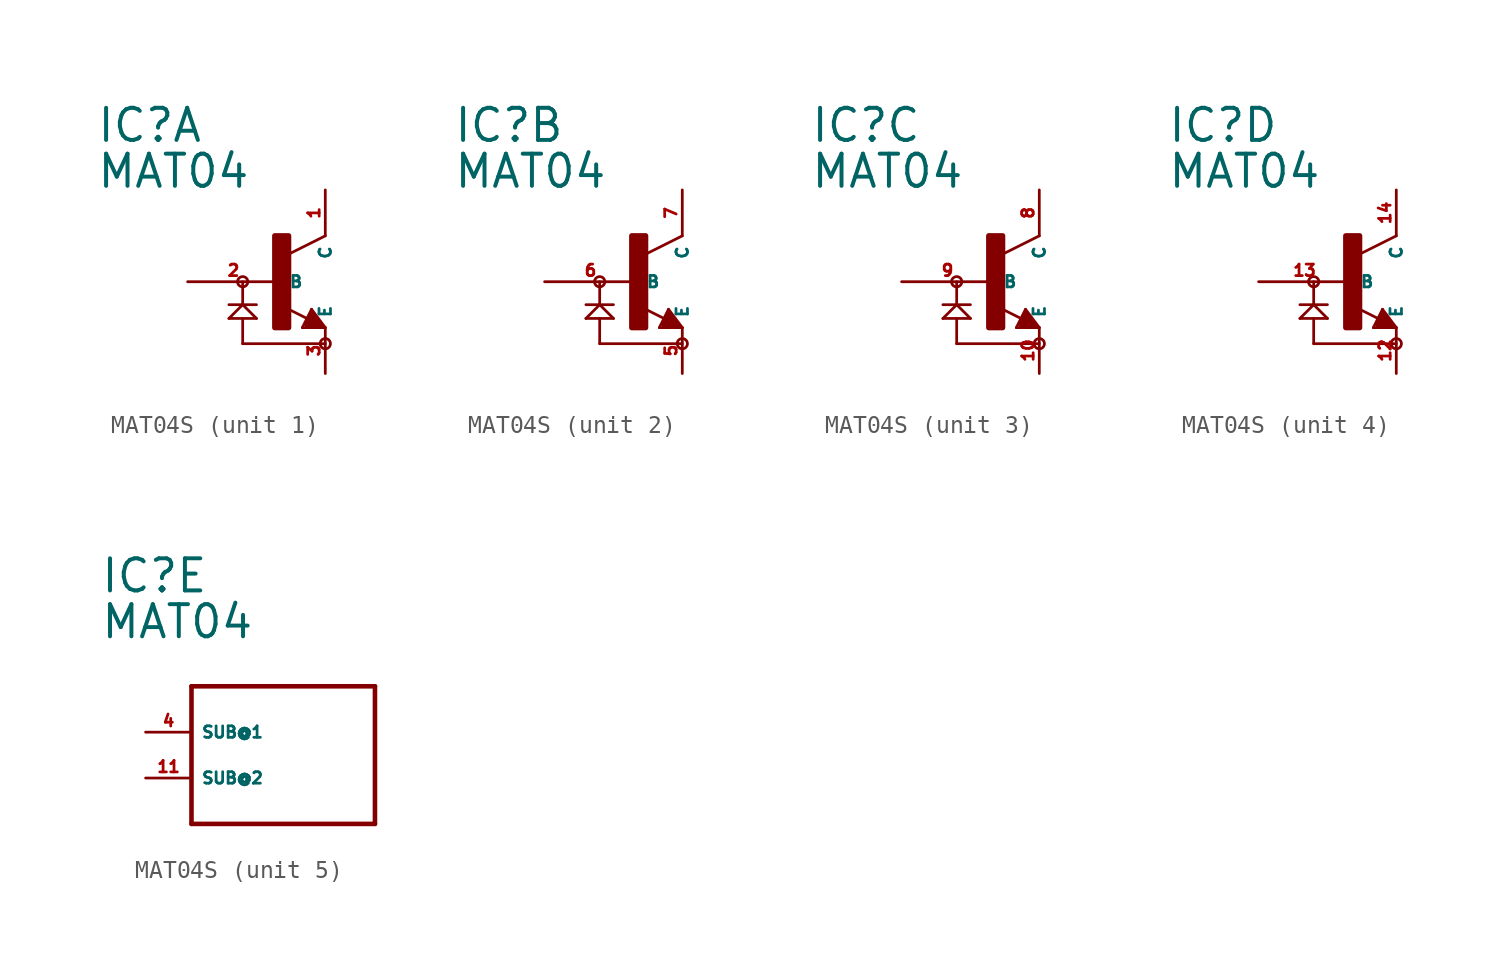
<source format=kicad_sym>
(kicad_symbol_lib
  (version 20220914)
  (generator Eagle2Kicad)
  (symbol "MAT04S"
    (property "Reference" "IC"
      (at -10.16 7.62 0)
      (effects (font (size 1.778 1.778) (thickness 0.22)) (justify left bottom)))
    (property "Value" "MAT04"
      (at -10.16 5.08 0)
      (effects (font (size 1.778 1.778) (thickness 0.22)) (justify left bottom)))
    (symbol "MAT04S_1_0"
      (polyline (pts (xy 2.54 2.54) (xy 0.508 1.524)) (stroke (width 0.152) (type default)) (fill (type none)))
      (polyline (pts (xy 1.778 -1.524) (xy 2.54 -2.54)) (stroke (width 0.152) (type default)) (fill (type none)))
      (polyline (pts (xy 2.54 -2.54) (xy 1.27 -2.54)) (stroke (width 0.152) (type default)) (fill (type none)))
      (polyline (pts (xy 1.27 -2.54) (xy 1.778 -1.524)) (stroke (width 0.152) (type default)) (fill (type none)))
      (polyline (pts (xy 1.54 -2.04) (xy 0.308 -1.424)) (stroke (width 0.152) (type default)) (fill (type none)))
      (polyline (pts (xy 1.524 -2.413) (xy 2.286 -2.413)) (stroke (width 0.254) (type default)) (fill (type none)))
      (polyline (pts (xy 2.286 -2.413) (xy 1.778 -1.778)) (stroke (width 0.254) (type default)) (fill (type none)))
      (polyline (pts (xy 1.778 -1.778) (xy 1.524 -2.286)) (stroke (width 0.254) (type default)) (fill (type none)))
      (polyline (pts (xy 1.524 -2.286) (xy 1.905 -2.286)) (stroke (width 0.254) (type default)) (fill (type none)))
      (polyline (pts (xy 1.905 -2.286) (xy 1.778 -2.032)) (stroke (width 0.254) (type default)) (fill (type none)))
      (polyline (pts (xy -2.032 0) (xy -2.032 -1.27)) (stroke (width 0.152) (type default)) (fill (type none)))
      (polyline (pts (xy -2.032 -1.27) (xy -2.794 -2.032)) (stroke (width 0.152) (type default)) (fill (type none)))
      (polyline (pts (xy -2.794 -2.032) (xy -2.032 -2.032)) (stroke (width 0.152) (type default)) (fill (type none)))
      (polyline (pts (xy -2.032 -2.032) (xy -1.27 -2.032)) (stroke (width 0.152) (type default)) (fill (type none)))
      (polyline (pts (xy -1.27 -2.032) (xy -2.032 -1.27)) (stroke (width 0.152) (type default)) (fill (type none)))
      (polyline (pts (xy -2.794 -1.27) (xy -2.032 -1.27)) (stroke (width 0.152) (type default)) (fill (type none)))
      (polyline (pts (xy -2.032 -1.27) (xy -1.27 -1.27)) (stroke (width 0.152) (type default)) (fill (type none)))
      (polyline (pts (xy -2.032 -2.032) (xy -2.032 -3.429)) (stroke (width 0.152) (type default)) (fill (type none)))
      (polyline (pts (xy -2.032 -3.429) (xy 2.54 -3.429)) (stroke (width 0.152) (type default)) (fill (type none)))
      (circle (center -2.032 0) (radius 0.284) (stroke (width 0) (type default)) (fill (type none)))
      (circle (center 2.54 -3.429) (radius 0.284) (stroke (width 0) (type default)) (fill (type none)))
      (rectangle (start -0.254 -2.54) (end 0.508 2.54) (stroke (width 0.3) (type default)) (fill (type outline)))
      (pin passive line (at -5.08 0 0) (length 5.08) (name "B" (effects (font (size 0.635 0.635) (thickness 0.08)) (justify left bottom))) (number "2" (effects (font (size 0.635 0.635) (thickness 0.08)) (justify left bottom))))
      (pin passive line (at 2.54 -5.08 90) (length 2.54) (name "E" (effects (font (size 0.635 0.635) (thickness 0.08)) (justify left bottom))) (number "3" (effects (font (size 0.635 0.635) (thickness 0.08)) (justify left bottom))))
      (pin passive line (at 2.54 5.08 270) (length 2.54) (name "C" (effects (font (size 0.635 0.635) (thickness 0.08)) (justify left bottom))) (number "1" (effects (font (size 0.635 0.635) (thickness 0.08)) (justify left bottom)))))
    (symbol "MAT04S_2_0"
      (polyline (pts (xy 2.54 2.54) (xy 0.508 1.524)) (stroke (width 0.152) (type default)) (fill (type none)))
      (polyline (pts (xy 1.778 -1.524) (xy 2.54 -2.54)) (stroke (width 0.152) (type default)) (fill (type none)))
      (polyline (pts (xy 2.54 -2.54) (xy 1.27 -2.54)) (stroke (width 0.152) (type default)) (fill (type none)))
      (polyline (pts (xy 1.27 -2.54) (xy 1.778 -1.524)) (stroke (width 0.152) (type default)) (fill (type none)))
      (polyline (pts (xy 1.54 -2.04) (xy 0.308 -1.424)) (stroke (width 0.152) (type default)) (fill (type none)))
      (polyline (pts (xy 1.524 -2.413) (xy 2.286 -2.413)) (stroke (width 0.254) (type default)) (fill (type none)))
      (polyline (pts (xy 2.286 -2.413) (xy 1.778 -1.778)) (stroke (width 0.254) (type default)) (fill (type none)))
      (polyline (pts (xy 1.778 -1.778) (xy 1.524 -2.286)) (stroke (width 0.254) (type default)) (fill (type none)))
      (polyline (pts (xy 1.524 -2.286) (xy 1.905 -2.286)) (stroke (width 0.254) (type default)) (fill (type none)))
      (polyline (pts (xy 1.905 -2.286) (xy 1.778 -2.032)) (stroke (width 0.254) (type default)) (fill (type none)))
      (polyline (pts (xy -2.032 0) (xy -2.032 -1.27)) (stroke (width 0.152) (type default)) (fill (type none)))
      (polyline (pts (xy -2.032 -1.27) (xy -2.794 -2.032)) (stroke (width 0.152) (type default)) (fill (type none)))
      (polyline (pts (xy -2.794 -2.032) (xy -2.032 -2.032)) (stroke (width 0.152) (type default)) (fill (type none)))
      (polyline (pts (xy -2.032 -2.032) (xy -1.27 -2.032)) (stroke (width 0.152) (type default)) (fill (type none)))
      (polyline (pts (xy -1.27 -2.032) (xy -2.032 -1.27)) (stroke (width 0.152) (type default)) (fill (type none)))
      (polyline (pts (xy -2.794 -1.27) (xy -2.032 -1.27)) (stroke (width 0.152) (type default)) (fill (type none)))
      (polyline (pts (xy -2.032 -1.27) (xy -1.27 -1.27)) (stroke (width 0.152) (type default)) (fill (type none)))
      (polyline (pts (xy -2.032 -2.032) (xy -2.032 -3.429)) (stroke (width 0.152) (type default)) (fill (type none)))
      (polyline (pts (xy -2.032 -3.429) (xy 2.54 -3.429)) (stroke (width 0.152) (type default)) (fill (type none)))
      (circle (center -2.032 0) (radius 0.284) (stroke (width 0) (type default)) (fill (type none)))
      (circle (center 2.54 -3.429) (radius 0.284) (stroke (width 0) (type default)) (fill (type none)))
      (rectangle (start -0.254 -2.54) (end 0.508 2.54) (stroke (width 0.3) (type default)) (fill (type outline)))
      (pin passive line (at -5.08 0 0) (length 5.08) (name "B" (effects (font (size 0.635 0.635) (thickness 0.08)) (justify left bottom))) (number "6" (effects (font (size 0.635 0.635) (thickness 0.08)) (justify left bottom))))
      (pin passive line (at 2.54 -5.08 90) (length 2.54) (name "E" (effects (font (size 0.635 0.635) (thickness 0.08)) (justify left bottom))) (number "5" (effects (font (size 0.635 0.635) (thickness 0.08)) (justify left bottom))))
      (pin passive line (at 2.54 5.08 270) (length 2.54) (name "C" (effects (font (size 0.635 0.635) (thickness 0.08)) (justify left bottom))) (number "7" (effects (font (size 0.635 0.635) (thickness 0.08)) (justify left bottom)))))
    (symbol "MAT04S_3_0"
      (polyline (pts (xy 2.54 2.54) (xy 0.508 1.524)) (stroke (width 0.152) (type default)) (fill (type none)))
      (polyline (pts (xy 1.778 -1.524) (xy 2.54 -2.54)) (stroke (width 0.152) (type default)) (fill (type none)))
      (polyline (pts (xy 2.54 -2.54) (xy 1.27 -2.54)) (stroke (width 0.152) (type default)) (fill (type none)))
      (polyline (pts (xy 1.27 -2.54) (xy 1.778 -1.524)) (stroke (width 0.152) (type default)) (fill (type none)))
      (polyline (pts (xy 1.54 -2.04) (xy 0.308 -1.424)) (stroke (width 0.152) (type default)) (fill (type none)))
      (polyline (pts (xy 1.524 -2.413) (xy 2.286 -2.413)) (stroke (width 0.254) (type default)) (fill (type none)))
      (polyline (pts (xy 2.286 -2.413) (xy 1.778 -1.778)) (stroke (width 0.254) (type default)) (fill (type none)))
      (polyline (pts (xy 1.778 -1.778) (xy 1.524 -2.286)) (stroke (width 0.254) (type default)) (fill (type none)))
      (polyline (pts (xy 1.524 -2.286) (xy 1.905 -2.286)) (stroke (width 0.254) (type default)) (fill (type none)))
      (polyline (pts (xy 1.905 -2.286) (xy 1.778 -2.032)) (stroke (width 0.254) (type default)) (fill (type none)))
      (polyline (pts (xy -2.032 0) (xy -2.032 -1.27)) (stroke (width 0.152) (type default)) (fill (type none)))
      (polyline (pts (xy -2.032 -1.27) (xy -2.794 -2.032)) (stroke (width 0.152) (type default)) (fill (type none)))
      (polyline (pts (xy -2.794 -2.032) (xy -2.032 -2.032)) (stroke (width 0.152) (type default)) (fill (type none)))
      (polyline (pts (xy -2.032 -2.032) (xy -1.27 -2.032)) (stroke (width 0.152) (type default)) (fill (type none)))
      (polyline (pts (xy -1.27 -2.032) (xy -2.032 -1.27)) (stroke (width 0.152) (type default)) (fill (type none)))
      (polyline (pts (xy -2.794 -1.27) (xy -2.032 -1.27)) (stroke (width 0.152) (type default)) (fill (type none)))
      (polyline (pts (xy -2.032 -1.27) (xy -1.27 -1.27)) (stroke (width 0.152) (type default)) (fill (type none)))
      (polyline (pts (xy -2.032 -2.032) (xy -2.032 -3.429)) (stroke (width 0.152) (type default)) (fill (type none)))
      (polyline (pts (xy -2.032 -3.429) (xy 2.54 -3.429)) (stroke (width 0.152) (type default)) (fill (type none)))
      (circle (center -2.032 0) (radius 0.284) (stroke (width 0) (type default)) (fill (type none)))
      (circle (center 2.54 -3.429) (radius 0.284) (stroke (width 0) (type default)) (fill (type none)))
      (rectangle (start -0.254 -2.54) (end 0.508 2.54) (stroke (width 0.3) (type default)) (fill (type outline)))
      (pin passive line (at -5.08 0 0) (length 5.08) (name "B" (effects (font (size 0.635 0.635) (thickness 0.08)) (justify left bottom))) (number "9" (effects (font (size 0.635 0.635) (thickness 0.08)) (justify left bottom))))
      (pin passive line (at 2.54 -5.08 90) (length 2.54) (name "E" (effects (font (size 0.635 0.635) (thickness 0.08)) (justify left bottom))) (number "10" (effects (font (size 0.635 0.635) (thickness 0.08)) (justify left bottom))))
      (pin passive line (at 2.54 5.08 270) (length 2.54) (name "C" (effects (font (size 0.635 0.635) (thickness 0.08)) (justify left bottom))) (number "8" (effects (font (size 0.635 0.635) (thickness 0.08)) (justify left bottom)))))
    (symbol "MAT04S_4_0"
      (polyline (pts (xy 2.54 2.54) (xy 0.508 1.524)) (stroke (width 0.152) (type default)) (fill (type none)))
      (polyline (pts (xy 1.778 -1.524) (xy 2.54 -2.54)) (stroke (width 0.152) (type default)) (fill (type none)))
      (polyline (pts (xy 2.54 -2.54) (xy 1.27 -2.54)) (stroke (width 0.152) (type default)) (fill (type none)))
      (polyline (pts (xy 1.27 -2.54) (xy 1.778 -1.524)) (stroke (width 0.152) (type default)) (fill (type none)))
      (polyline (pts (xy 1.54 -2.04) (xy 0.308 -1.424)) (stroke (width 0.152) (type default)) (fill (type none)))
      (polyline (pts (xy 1.524 -2.413) (xy 2.286 -2.413)) (stroke (width 0.254) (type default)) (fill (type none)))
      (polyline (pts (xy 2.286 -2.413) (xy 1.778 -1.778)) (stroke (width 0.254) (type default)) (fill (type none)))
      (polyline (pts (xy 1.778 -1.778) (xy 1.524 -2.286)) (stroke (width 0.254) (type default)) (fill (type none)))
      (polyline (pts (xy 1.524 -2.286) (xy 1.905 -2.286)) (stroke (width 0.254) (type default)) (fill (type none)))
      (polyline (pts (xy 1.905 -2.286) (xy 1.778 -2.032)) (stroke (width 0.254) (type default)) (fill (type none)))
      (polyline (pts (xy -2.032 0) (xy -2.032 -1.27)) (stroke (width 0.152) (type default)) (fill (type none)))
      (polyline (pts (xy -2.032 -1.27) (xy -2.794 -2.032)) (stroke (width 0.152) (type default)) (fill (type none)))
      (polyline (pts (xy -2.794 -2.032) (xy -2.032 -2.032)) (stroke (width 0.152) (type default)) (fill (type none)))
      (polyline (pts (xy -2.032 -2.032) (xy -1.27 -2.032)) (stroke (width 0.152) (type default)) (fill (type none)))
      (polyline (pts (xy -1.27 -2.032) (xy -2.032 -1.27)) (stroke (width 0.152) (type default)) (fill (type none)))
      (polyline (pts (xy -2.794 -1.27) (xy -2.032 -1.27)) (stroke (width 0.152) (type default)) (fill (type none)))
      (polyline (pts (xy -2.032 -1.27) (xy -1.27 -1.27)) (stroke (width 0.152) (type default)) (fill (type none)))
      (polyline (pts (xy -2.032 -2.032) (xy -2.032 -3.429)) (stroke (width 0.152) (type default)) (fill (type none)))
      (polyline (pts (xy -2.032 -3.429) (xy 2.54 -3.429)) (stroke (width 0.152) (type default)) (fill (type none)))
      (circle (center -2.032 0) (radius 0.284) (stroke (width 0) (type default)) (fill (type none)))
      (circle (center 2.54 -3.429) (radius 0.284) (stroke (width 0) (type default)) (fill (type none)))
      (rectangle (start -0.254 -2.54) (end 0.508 2.54) (stroke (width 0.3) (type default)) (fill (type outline)))
      (pin passive line (at -5.08 0 0) (length 5.08) (name "B" (effects (font (size 0.635 0.635) (thickness 0.08)) (justify left bottom))) (number "13" (effects (font (size 0.635 0.635) (thickness 0.08)) (justify left bottom))))
      (pin passive line (at 2.54 -5.08 90) (length 2.54) (name "E" (effects (font (size 0.635 0.635) (thickness 0.08)) (justify left bottom))) (number "12" (effects (font (size 0.635 0.635) (thickness 0.08)) (justify left bottom))))
      (pin passive line (at 2.54 5.08 270) (length 2.54) (name "C" (effects (font (size 0.635 0.635) (thickness 0.08)) (justify left bottom))) (number "14" (effects (font (size 0.635 0.635) (thickness 0.08)) (justify left bottom)))))
    (symbol "MAT04S_5_0"
      (polyline (pts (xy -5.08 2.54) (xy 5.08 2.54)) (stroke (width 0.254) (type default)) (fill (type none)))
      (polyline (pts (xy 5.08 2.54) (xy 5.08 -5.08)) (stroke (width 0.254) (type default)) (fill (type none)))
      (polyline (pts (xy 5.08 -5.08) (xy -5.08 -5.08)) (stroke (width 0.254) (type default)) (fill (type none)))
      (polyline (pts (xy -5.08 -5.08) (xy -5.08 2.54)) (stroke (width 0.254) (type default)) (fill (type none)))
      (pin passive line (at -7.62 0 0) (length 2.54) (name "SUB@1" (effects (font (size 0.635 0.635) (thickness 0.08)) (justify left bottom))) (number "4" (effects (font (size 0.635 0.635) (thickness 0.08)) (justify left bottom))))
      (pin passive line (at -7.62 -2.54 0) (length 2.54) (name "SUB@2" (effects (font (size 0.635 0.635) (thickness 0.08)) (justify left bottom))) (number "11" (effects (font (size 0.635 0.635) (thickness 0.08)) (justify left bottom)))))))
</source>
